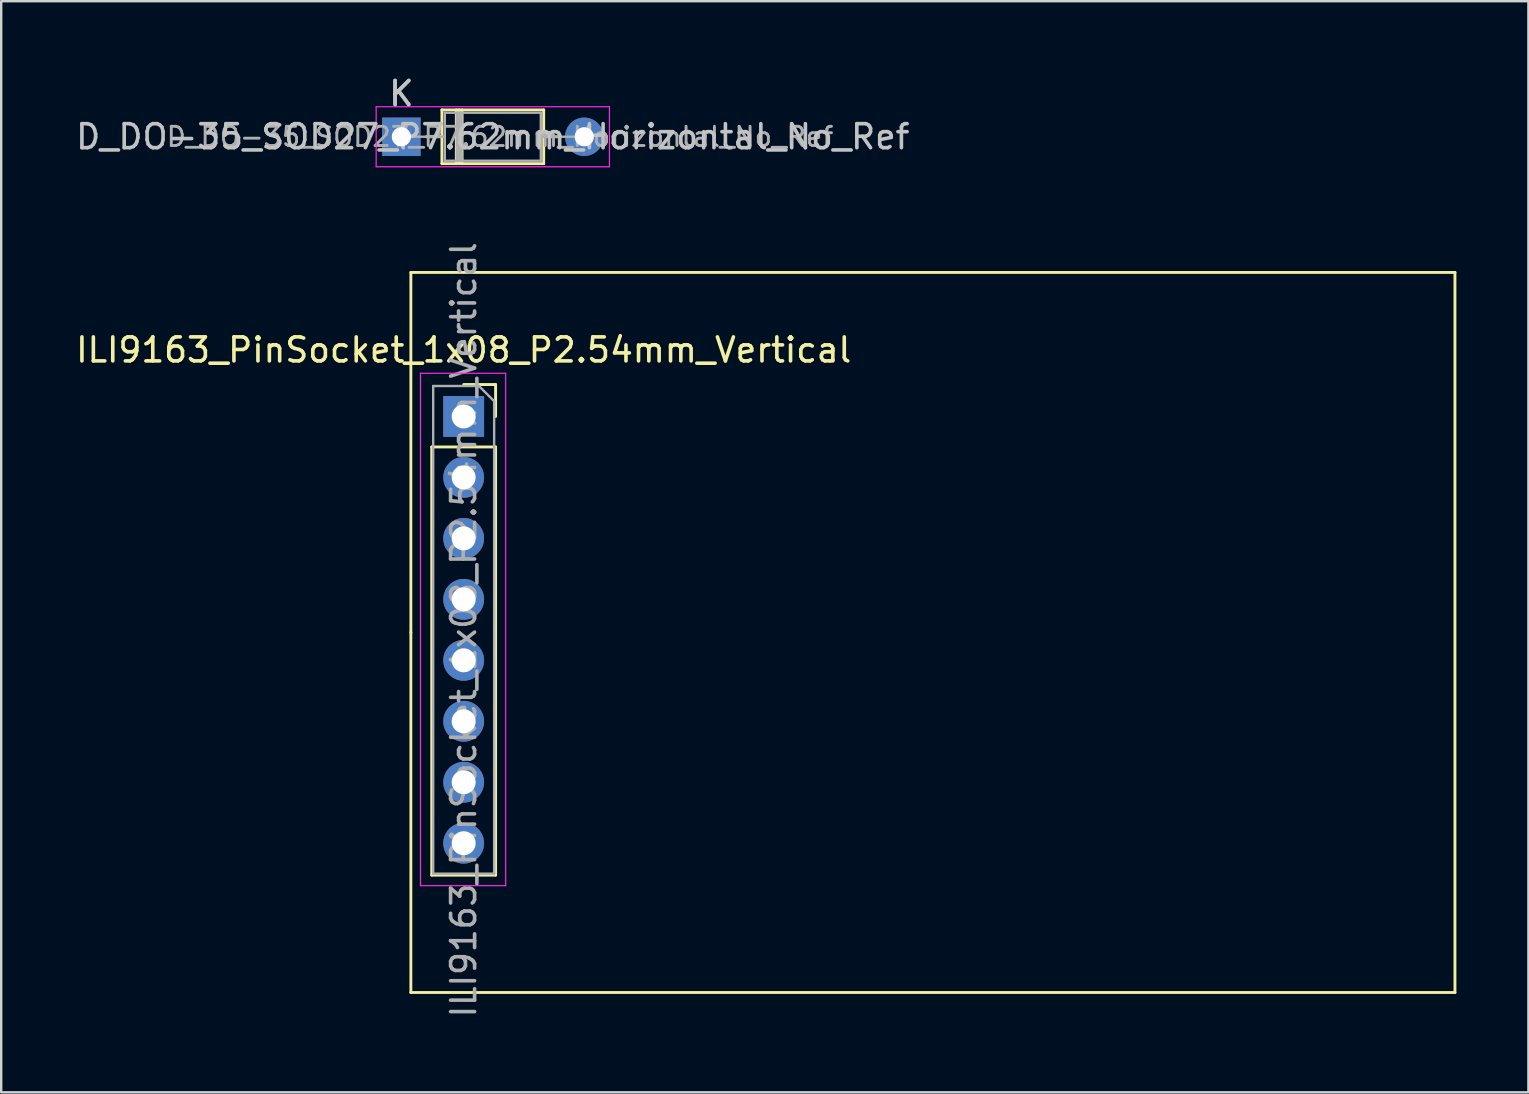
<source format=kicad_pcb>
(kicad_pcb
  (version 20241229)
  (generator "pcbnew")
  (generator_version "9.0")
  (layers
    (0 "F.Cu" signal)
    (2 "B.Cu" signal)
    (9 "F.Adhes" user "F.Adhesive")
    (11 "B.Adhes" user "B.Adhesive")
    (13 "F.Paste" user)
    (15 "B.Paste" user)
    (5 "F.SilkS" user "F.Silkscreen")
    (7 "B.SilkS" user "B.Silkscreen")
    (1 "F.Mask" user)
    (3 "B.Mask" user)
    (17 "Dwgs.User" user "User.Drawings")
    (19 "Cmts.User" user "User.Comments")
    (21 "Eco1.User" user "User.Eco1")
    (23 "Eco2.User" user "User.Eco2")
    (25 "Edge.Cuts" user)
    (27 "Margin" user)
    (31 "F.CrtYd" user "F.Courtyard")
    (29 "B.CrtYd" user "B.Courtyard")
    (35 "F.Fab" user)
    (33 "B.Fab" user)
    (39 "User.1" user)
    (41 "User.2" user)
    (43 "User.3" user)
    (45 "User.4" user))
  (footprint "D_DO-35_SOD27_P7.62mm_Horizontal_No_Ref"
    (layer "F.Cu")
    (at 13.672 2.648)
    (property "Reference" "D_DO-35_SOD27_P7.62mm_Horizontal_No_Ref" (at 3.81 0 0) (layer "Dwgs.User") (effects (font (size 1 1) (thickness 0.15))))
    (attr through_hole)
    (fp_line (start 1.04 0) (end 1.69 0) (stroke (width 0.12) (type solid)) (layer "F.SilkS"))
    (fp_line (start 1.69 -1.12) (end 1.69 1.12) (stroke (width 0.12) (type solid)) (layer "F.SilkS"))
    (fp_line (start 1.69 1.12) (end 5.93 1.12) (stroke (width 0.12) (type solid)) (layer "F.SilkS"))
    (fp_line (start 2.29 -1.12) (end 2.29 1.12) (stroke (width 0.12) (type solid)) (layer "F.SilkS"))
    (fp_line (start 2.41 -1.12) (end 2.41 1.12) (stroke (width 0.12) (type solid)) (layer "F.SilkS"))
    (fp_line (start 2.53 -1.12) (end 2.53 1.12) (stroke (width 0.12) (type solid)) (layer "F.SilkS"))
    (fp_line (start 5.93 -1.12) (end 1.69 -1.12) (stroke (width 0.12) (type solid)) (layer "F.SilkS"))
    (fp_line (start 5.93 1.12) (end 5.93 -1.12) (stroke (width 0.12) (type solid)) (layer "F.SilkS"))
    (fp_line (start 6.58 0) (end 5.93 0) (stroke (width 0.12) (type solid)) (layer "F.SilkS"))
    (fp_line (start -1.05 -1.25) (end -1.05 1.25) (stroke (width 0.05) (type solid)) (layer "F.CrtYd"))
    (fp_line (start -1.05 1.25) (end 8.67 1.25) (stroke (width 0.05) (type solid)) (layer "F.CrtYd"))
    (fp_line (start 8.67 -1.25) (end -1.05 -1.25) (stroke (width 0.05) (type solid)) (layer "F.CrtYd"))
    (fp_line (start 8.67 1.25) (end 8.67 -1.25) (stroke (width 0.05) (type solid)) (layer "F.CrtYd"))
    (fp_line (start 0 0) (end 1.81 0) (stroke (width 0.1) (type solid)) (layer "F.Fab"))
    (fp_line (start 1.81 -1) (end 1.81 1) (stroke (width 0.1) (type solid)) (layer "F.Fab"))
    (fp_line (start 1.81 1) (end 5.81 1) (stroke (width 0.1) (type solid)) (layer "F.Fab"))
    (fp_line (start 2.31 -1) (end 2.31 1) (stroke (width 0.1) (type solid)) (layer "F.Fab"))
    (fp_line (start 2.41 -1) (end 2.41 1) (stroke (width 0.1) (type solid)) (layer "F.Fab"))
    (fp_line (start 2.51 -1) (end 2.51 1) (stroke (width 0.1) (type solid)) (layer "F.Fab"))
    (fp_line (start 5.81 -1) (end 1.81 -1) (stroke (width 0.1) (type solid)) (layer "F.Fab"))
    (fp_line (start 5.81 1) (end 5.81 -1) (stroke (width 0.1) (type solid)) (layer "F.Fab"))
    (fp_line (start 7.62 0) (end 5.81 0) (stroke (width 0.1) (type solid)) (layer "F.Fab"))
    (fp_text user "K" (at 0 -1.8 0) (layer "Dwgs.User") (effects (font (size 1 1) (thickness 0.15))))
    (fp_text user "K" (at 0 -1.8 0) (layer "Dwgs.User") (effects (font (size 1 1) (thickness 0.15))))
    (fp_text user "${REFERENCE}" (at 4.11 0 0) (layer "F.Fab") (effects (font (size 0.8 0.8) (thickness 0.12))))
    (pad "1" thru_hole rect (at 0 0) (size 1.6 1.6) (drill 0.8) (layers "*.Cu" "*.Mask"))
    (pad "2" thru_hole oval (at 7.62 0) (size 1.6 1.6) (drill 0.8) (layers "*.Cu" "*.Mask")))
  (footprint "ILI9163_PinSocket_1x08_P2.54mm_Vertical"
    (layer "F.Cu")
    (at 16.268 14.301)
    (property "Reference" "ILI9163_PinSocket_1x08_P2.54mm_Vertical" (at 0 -2.77 0) (layer "F.SilkS") (effects (font (size 1 1) (thickness 0.15))))
    (attr through_hole)
    (fp_line (start -2.2 9) (end -2.2 -6) (stroke (width 0.12) (type solid)) (layer "F.SilkS"))
    (fp_line (start -2.2 9) (end -2.2 24) (stroke (width 0.12) (type solid)) (layer "F.SilkS"))
    (fp_line (start -2.2 24) (end 41.3 24) (stroke (width 0.12) (type solid)) (layer "F.SilkS"))
    (fp_line (start -1.33 1.27) (end -1.33 19.11) (stroke (width 0.12) (type solid)) (layer "F.SilkS"))
    (fp_line (start -1.33 1.27) (end 1.33 1.27) (stroke (width 0.12) (type solid)) (layer "F.SilkS"))
    (fp_line (start -1.33 19.11) (end 1.33 19.11) (stroke (width 0.12) (type solid)) (layer "F.SilkS"))
    (fp_line (start 0 -1.33) (end 1.33 -1.33) (stroke (width 0.12) (type solid)) (layer "F.SilkS"))
    (fp_line (start 1.33 -1.33) (end 1.33 0) (stroke (width 0.12) (type solid)) (layer "F.SilkS"))
    (fp_line (start 1.33 1.27) (end 1.33 19.11) (stroke (width 0.12) (type solid)) (layer "F.SilkS"))
    (fp_line (start 41.3 -6) (end -2.2 -6) (stroke (width 0.12) (type solid)) (layer "F.SilkS"))
    (fp_line (start 41.3 24) (end 41.3 -6) (stroke (width 0.12) (type solid)) (layer "F.SilkS"))
    (fp_line (start -1.8 -1.8) (end 1.75 -1.8) (stroke (width 0.05) (type solid)) (layer "F.CrtYd"))
    (fp_line (start -1.8 19.55) (end -1.8 -1.8) (stroke (width 0.05) (type solid)) (layer "F.CrtYd"))
    (fp_line (start 1.75 -1.8) (end 1.75 19.55) (stroke (width 0.05) (type solid)) (layer "F.CrtYd"))
    (fp_line (start 1.75 19.55) (end -1.8 19.55) (stroke (width 0.05) (type solid)) (layer "F.CrtYd"))
    (fp_line (start -1.27 -1.27) (end 0.635 -1.27) (stroke (width 0.1) (type solid)) (layer "F.Fab"))
    (fp_line (start -1.27 19.05) (end -1.27 -1.27) (stroke (width 0.1) (type solid)) (layer "F.Fab"))
    (fp_line (start 0.635 -1.27) (end 1.27 -0.635) (stroke (width 0.1) (type solid)) (layer "F.Fab"))
    (fp_line (start 1.27 -0.635) (end 1.27 19.05) (stroke (width 0.1) (type solid)) (layer "F.Fab"))
    (fp_line (start 1.27 19.05) (end -1.27 19.05) (stroke (width 0.1) (type solid)) (layer "F.Fab"))
    (fp_text user "${REFERENCE}" (at 0 8.89 90) (layer "F.Fab") (effects (font (size 1 1) (thickness 0.15))))
    (pad "1" thru_hole rect (at 0 0) (size 1.7 1.7) (drill 1) (layers "*.Cu" "*.Mask"))
    (pad "2" thru_hole oval (at 0 2.54) (size 1.7 1.7) (drill 1) (layers "*.Cu" "*.Mask"))
    (pad "3" thru_hole oval (at 0 5.08) (size 1.7 1.7) (drill 1) (layers "*.Cu" "*.Mask"))
    (pad "4" thru_hole oval (at 0 7.62) (size 1.7 1.7) (drill 1) (layers "*.Cu" "*.Mask"))
    (pad "5" thru_hole oval (at 0 10.16) (size 1.7 1.7) (drill 1) (layers "*.Cu" "*.Mask"))
    (pad "6" thru_hole oval (at 0 12.7) (size 1.7 1.7) (drill 1) (layers "*.Cu" "*.Mask"))
    (pad "7" thru_hole oval (at 0 15.24) (size 1.7 1.7) (drill 1) (layers "*.Cu" "*.Mask"))
    (pad "8" thru_hole oval (at 0 17.78) (size 1.7 1.7) (drill 1) (layers "*.Cu" "*.Mask")))
  (gr_rect
    (start -3 -3)
    (end 60.628 42.459)
    (stroke (width 0.1) (type default))
    (fill no)
    (layer "Edge.Cuts")))
</source>
